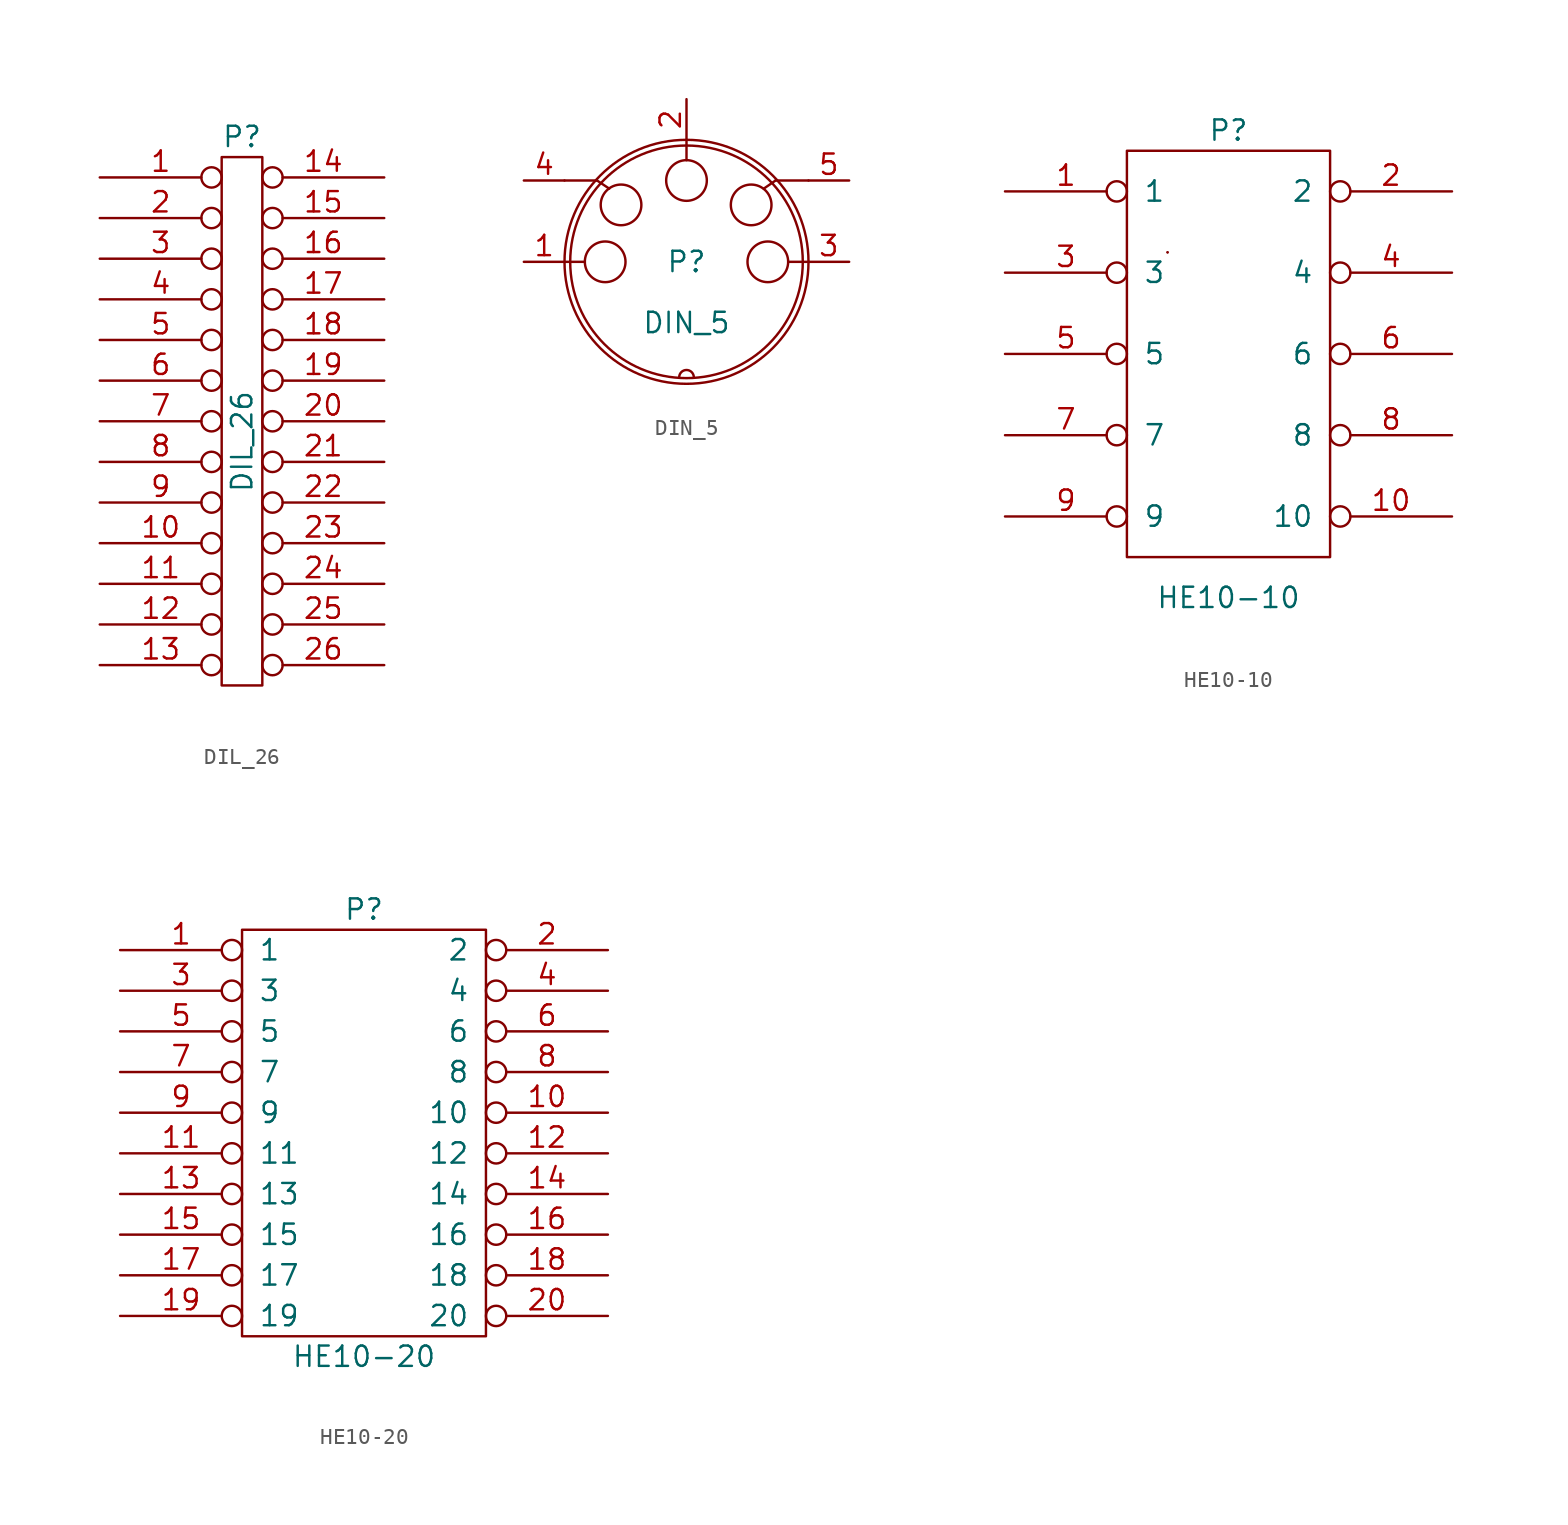
<source format=kicad_sym>
(kicad_symbol_lib
  (version 20231120)
  (generator "kicad_symbol_editor")
  (generator_version "8.0")
  (symbol "DIL_26"
    (pin_names hide)
    (property "Reference" "P"
      (at 0 17.78 0)
      (effects (font (size 1.27 1.27))))
    (property "Value" "DIL_26"
      (at 0 -1.27 90)
      (effects (font (size 1.27 1.27))))
    (property "Footprint" ""
      (at 0 0 0)
      (effects (font (size 1.27 1.27))))
    (property "Datasheet" ""
      (at 0 0 0)
      (effects (font (size 1.27 1.27))))
    (symbol "DIL_26_0_1"
      (rectangle (start -1.27 16.51) (end 1.27 -16.51) (stroke (width 0) (type solid)) (fill (type none))))
    (symbol "DIL_26_1_1"
      (pin passive inverted (at -8.89 15.24 0) (length 7.62) (name "1" (effects (font (size 0.762 0.762)))) (number "1" (effects (font (size 1.27 1.27)))))
      (pin passive inverted (at -8.89 -7.62 0) (length 7.62) (name "10" (effects (font (size 0.762 0.762)))) (number "10" (effects (font (size 1.27 1.27)))))
      (pin passive inverted (at -8.89 -10.16 0) (length 7.62) (name "11" (effects (font (size 0.762 0.762)))) (number "11" (effects (font (size 1.27 1.27)))))
      (pin passive inverted (at -8.89 -12.7 0) (length 7.62) (name "12" (effects (font (size 0.762 0.762)))) (number "12" (effects (font (size 1.27 1.27)))))
      (pin passive inverted (at -8.89 -15.24 0) (length 7.62) (name "13" (effects (font (size 0.762 0.762)))) (number "13" (effects (font (size 1.27 1.27)))))
      (pin passive inverted (at 8.89 15.24 180) (length 7.62) (name "14" (effects (font (size 0.762 0.762)))) (number "14" (effects (font (size 1.27 1.27)))))
      (pin passive inverted (at 8.89 12.7 180) (length 7.62) (name "15" (effects (font (size 0.762 0.762)))) (number "15" (effects (font (size 1.27 1.27)))))
      (pin passive inverted (at 8.89 10.16 180) (length 7.62) (name "16" (effects (font (size 0.762 0.762)))) (number "16" (effects (font (size 1.27 1.27)))))
      (pin passive inverted (at 8.89 7.62 180) (length 7.62) (name "17" (effects (font (size 0.762 0.762)))) (number "17" (effects (font (size 1.27 1.27)))))
      (pin passive inverted (at 8.89 5.08 180) (length 7.62) (name "18" (effects (font (size 0.762 0.762)))) (number "18" (effects (font (size 1.27 1.27)))))
      (pin passive inverted (at 8.89 2.54 180) (length 7.62) (name "19" (effects (font (size 0.762 0.762)))) (number "19" (effects (font (size 1.27 1.27)))))
      (pin passive inverted (at -8.89 12.7 0) (length 7.62) (name "2" (effects (font (size 0.762 0.762)))) (number "2" (effects (font (size 1.27 1.27)))))
      (pin passive inverted (at 8.89 0 180) (length 7.62) (name "20" (effects (font (size 0.762 0.762)))) (number "20" (effects (font (size 1.27 1.27)))))
      (pin passive inverted (at 8.89 -2.54 180) (length 7.62) (name "21" (effects (font (size 0.762 0.762)))) (number "21" (effects (font (size 1.27 1.27)))))
      (pin passive inverted (at 8.89 -5.08 180) (length 7.62) (name "22" (effects (font (size 0.762 0.762)))) (number "22" (effects (font (size 1.27 1.27)))))
      (pin passive inverted (at 8.89 -7.62 180) (length 7.62) (name "23" (effects (font (size 0.762 0.762)))) (number "23" (effects (font (size 1.27 1.27)))))
      (pin passive inverted (at 8.89 -10.16 180) (length 7.62) (name "24" (effects (font (size 0.762 0.762)))) (number "24" (effects (font (size 1.27 1.27)))))
      (pin passive inverted (at 8.89 -12.7 180) (length 7.62) (name "25" (effects (font (size 0.762 0.762)))) (number "25" (effects (font (size 1.27 1.27)))))
      (pin passive inverted (at 8.89 -15.24 180) (length 7.62) (name "26" (effects (font (size 0.762 0.762)))) (number "26" (effects (font (size 1.27 1.27)))))
      (pin passive inverted (at -8.89 10.16 0) (length 7.62) (name "3" (effects (font (size 0.762 0.762)))) (number "3" (effects (font (size 1.27 1.27)))))
      (pin passive inverted (at -8.89 7.62 0) (length 7.62) (name "4" (effects (font (size 0.762 0.762)))) (number "4" (effects (font (size 1.27 1.27)))))
      (pin passive inverted (at -8.89 5.08 0) (length 7.62) (name "5" (effects (font (size 0.762 0.762)))) (number "5" (effects (font (size 1.27 1.27)))))
      (pin passive inverted (at -8.89 2.54 0) (length 7.62) (name "6" (effects (font (size 0.762 0.762)))) (number "6" (effects (font (size 1.27 1.27)))))
      (pin passive inverted (at -8.89 0 0) (length 7.62) (name "7" (effects (font (size 0.762 0.762)))) (number "7" (effects (font (size 1.27 1.27)))))
      (pin passive inverted (at -8.89 -2.54 0) (length 7.62) (name "8" (effects (font (size 0.762 0.762)))) (number "8" (effects (font (size 1.27 1.27)))))
      (pin passive inverted (at -8.89 -5.08 0) (length 7.62) (name "9" (effects (font (size 0.762 0.762)))) (number "9" (effects (font (size 1.27 1.27)))))))
  (symbol "DIN_5"
    (pin_names
      (offset 1.016) hide)
    (property "Reference" "P"
      (at 0 0 0)
      (effects (font (size 1.27 1.27))))
    (property "Value" "DIN_5"
      (at 0 -3.81 0)
      (effects (font (size 1.27 1.27))))
    (property "Footprint" ""
      (at 0 0 0)
      (effects (font (size 1.27 1.27))))
    (property "Datasheet" ""
      (at 0 0 0)
      (effects (font (size 1.27 1.27))))
    (symbol "DIN_5_0_1"
      (circle (center -5.08 0) (radius 1.27) (stroke (width 0) (type solid)) (fill (type none)))
      (circle (center -4.089 3.556) (radius 1.27) (stroke (width 0) (type solid)) (fill (type none)))
      (polyline (pts (xy -7.62 5.08) (xy -5.588 5.08)) (stroke (width 0) (type solid)) (fill (type none)))
      (polyline (pts (xy -6.35 0) (xy -7.62 0)) (stroke (width 0) (type solid)) (fill (type none)))
      (polyline (pts (xy -5.588 5.08) (xy -4.826 4.572)) (stroke (width 0) (type solid)) (fill (type none)))
      (polyline (pts (xy 0 6.35) (xy 0 7.62)) (stroke (width 0) (type solid)) (fill (type none)))
      (polyline (pts (xy 5.563 5.08) (xy 4.826 4.572)) (stroke (width 0) (type solid)) (fill (type none)))
      (polyline (pts (xy 6.35 0) (xy 7.62 0)) (stroke (width 0) (type solid)) (fill (type none)))
      (polyline (pts (xy 7.62 5.08) (xy 5.563 5.08)) (stroke (width 0) (type solid)) (fill (type none)))
      (circle (center 0 0) (radius 7.264) (stroke (width 0) (type solid)) (fill (type none)))
      (circle (center 0 0) (radius 7.62) (stroke (width 0) (type solid)) (fill (type none)))
      (circle (center 0 5.08) (radius 1.27) (stroke (width 0) (type solid)) (fill (type none)))
      (arc (start 0.4572 -7.2136) (mid 0 -6.7564) (end -0.4572 -7.2136) (stroke (width 0) (type solid)) (fill (type none)))
      (circle (center 4.039 3.556) (radius 1.27) (stroke (width 0) (type solid)) (fill (type none)))
      (circle (center 5.08 0) (radius 1.27) (stroke (width 0) (type solid)) (fill (type none))))
    (symbol "DIN_5_1_1"
      (pin passive line (at -10.16 0 0) (length 2.54) (name "1" (effects (font (size 1.27 1.27)))) (number "1" (effects (font (size 1.27 1.27)))))
      (pin passive line (at 0 10.16 270) (length 2.54) (name "2" (effects (font (size 1.27 1.27)))) (number "2" (effects (font (size 1.27 1.27)))))
      (pin passive line (at 10.16 0 180) (length 2.54) (name "3" (effects (font (size 1.27 1.27)))) (number "3" (effects (font (size 1.27 1.27)))))
      (pin passive line (at -10.16 5.08 0) (length 2.54) (name "4" (effects (font (size 1.27 1.27)))) (number "4" (effects (font (size 1.27 1.27)))))
      (pin passive line (at 10.16 5.08 180) (length 2.54) (name "5" (effects (font (size 1.27 1.27)))) (number "5" (effects (font (size 1.27 1.27)))))))
  (symbol "HE10-10"
    (pin_names
      (offset 1.016))
    (property "Reference" "P"
      (at 0 13.97 0)
      (effects (font (size 1.27 1.27))))
    (property "Value" "HE10-10"
      (at 0 -15.24 0)
      (effects (font (size 1.27 1.27))))
    (property "Footprint" ""
      (at 0 0 0)
      (effects (font (size 1.27 1.27))))
    (property "Datasheet" ""
      (at 0 0 0)
      (effects (font (size 1.27 1.27))))
    (symbol "HE10-10_0_1"
      (rectangle (start -6.35 12.7) (end 6.35 -12.7) (stroke (width 0) (type solid)) (fill (type none)))
      (rectangle (start -3.81 6.35) (end -3.81 6.35) (stroke (width 0) (type solid)) (fill (type none)))
      (rectangle (start -3.81 6.35) (end -3.81 6.35) (stroke (width 0) (type solid)) (fill (type none))))
    (symbol "HE10-10_1_1"
      (pin passive inverted (at -13.97 10.16 0) (length 7.62) (name "1" (effects (font (size 1.27 1.27)))) (number "1" (effects (font (size 1.27 1.27)))))
      (pin passive inverted (at 13.97 -10.16 180) (length 7.62) (name "10" (effects (font (size 1.27 1.27)))) (number "10" (effects (font (size 1.27 1.27)))))
      (pin passive inverted (at 13.97 10.16 180) (length 7.62) (name "2" (effects (font (size 1.27 1.27)))) (number "2" (effects (font (size 1.27 1.27)))))
      (pin passive inverted (at -13.97 5.08 0) (length 7.62) (name "3" (effects (font (size 1.27 1.27)))) (number "3" (effects (font (size 1.27 1.27)))))
      (pin passive inverted (at 13.97 5.08 180) (length 7.62) (name "4" (effects (font (size 1.27 1.27)))) (number "4" (effects (font (size 1.27 1.27)))))
      (pin passive inverted (at -13.97 0 0) (length 7.62) (name "5" (effects (font (size 1.27 1.27)))) (number "5" (effects (font (size 1.27 1.27)))))
      (pin passive inverted (at 13.97 0 180) (length 7.62) (name "6" (effects (font (size 1.27 1.27)))) (number "6" (effects (font (size 1.27 1.27)))))
      (pin passive inverted (at -13.97 -5.08 0) (length 7.62) (name "7" (effects (font (size 1.27 1.27)))) (number "7" (effects (font (size 1.27 1.27)))))
      (pin passive inverted (at 13.97 -5.08 180) (length 7.62) (name "8" (effects (font (size 1.27 1.27)))) (number "8" (effects (font (size 1.27 1.27)))))
      (pin passive inverted (at -13.97 -10.16 0) (length 7.62) (name "9" (effects (font (size 1.27 1.27)))) (number "9" (effects (font (size 1.27 1.27)))))))
  (symbol "HE10-20"
    (pin_names
      (offset 1.016))
    (property "Reference" "P"
      (at 0 13.97 0)
      (effects (font (size 1.27 1.27))))
    (property "Value" "HE10-20"
      (at 0 -13.97 0)
      (effects (font (size 1.27 1.27))))
    (property "Footprint" ""
      (at 0 0 0)
      (effects (font (size 1.27 1.27))))
    (property "Datasheet" ""
      (at 0 0 0)
      (effects (font (size 1.27 1.27))))
    (symbol "HE10-20_0_1"
      (rectangle (start -7.62 12.7) (end 7.62 -12.7) (stroke (width 0) (type solid)) (fill (type none))))
    (symbol "HE10-20_1_1"
      (pin passive inverted (at -15.24 11.43 0) (length 7.62) (name "1" (effects (font (size 1.27 1.27)))) (number "1" (effects (font (size 1.27 1.27)))))
      (pin passive inverted (at 15.24 1.27 180) (length 7.62) (name "10" (effects (font (size 1.27 1.27)))) (number "10" (effects (font (size 1.27 1.27)))))
      (pin passive inverted (at -15.24 -1.27 0) (length 7.62) (name "11" (effects (font (size 1.27 1.27)))) (number "11" (effects (font (size 1.27 1.27)))))
      (pin passive inverted (at 15.24 -1.27 180) (length 7.62) (name "12" (effects (font (size 1.27 1.27)))) (number "12" (effects (font (size 1.27 1.27)))))
      (pin passive inverted (at -15.24 -3.81 0) (length 7.62) (name "13" (effects (font (size 1.27 1.27)))) (number "13" (effects (font (size 1.27 1.27)))))
      (pin passive inverted (at 15.24 -3.81 180) (length 7.62) (name "14" (effects (font (size 1.27 1.27)))) (number "14" (effects (font (size 1.27 1.27)))))
      (pin passive inverted (at -15.24 -6.35 0) (length 7.62) (name "15" (effects (font (size 1.27 1.27)))) (number "15" (effects (font (size 1.27 1.27)))))
      (pin passive inverted (at 15.24 -6.35 180) (length 7.62) (name "16" (effects (font (size 1.27 1.27)))) (number "16" (effects (font (size 1.27 1.27)))))
      (pin passive inverted (at -15.24 -8.89 0) (length 7.62) (name "17" (effects (font (size 1.27 1.27)))) (number "17" (effects (font (size 1.27 1.27)))))
      (pin passive inverted (at 15.24 -8.89 180) (length 7.62) (name "18" (effects (font (size 1.27 1.27)))) (number "18" (effects (font (size 1.27 1.27)))))
      (pin passive inverted (at -15.24 -11.43 0) (length 7.62) (name "19" (effects (font (size 1.27 1.27)))) (number "19" (effects (font (size 1.27 1.27)))))
      (pin passive inverted (at 15.24 11.43 180) (length 7.62) (name "2" (effects (font (size 1.27 1.27)))) (number "2" (effects (font (size 1.27 1.27)))))
      (pin passive inverted (at 15.24 -11.43 180) (length 7.62) (name "20" (effects (font (size 1.27 1.27)))) (number "20" (effects (font (size 1.27 1.27)))))
      (pin passive inverted (at -15.24 8.89 0) (length 7.62) (name "3" (effects (font (size 1.27 1.27)))) (number "3" (effects (font (size 1.27 1.27)))))
      (pin passive inverted (at 15.24 8.89 180) (length 7.62) (name "4" (effects (font (size 1.27 1.27)))) (number "4" (effects (font (size 1.27 1.27)))))
      (pin passive inverted (at -15.24 6.35 0) (length 7.62) (name "5" (effects (font (size 1.27 1.27)))) (number "5" (effects (font (size 1.27 1.27)))))
      (pin passive inverted (at 15.24 6.35 180) (length 7.62) (name "6" (effects (font (size 1.27 1.27)))) (number "6" (effects (font (size 1.27 1.27)))))
      (pin passive inverted (at -15.24 3.81 0) (length 7.62) (name "7" (effects (font (size 1.27 1.27)))) (number "7" (effects (font (size 1.27 1.27)))))
      (pin passive inverted (at 15.24 3.81 180) (length 7.62) (name "8" (effects (font (size 1.27 1.27)))) (number "8" (effects (font (size 1.27 1.27)))))
      (pin passive inverted (at -15.24 1.27 0) (length 7.62) (name "9" (effects (font (size 1.27 1.27)))) (number "9" (effects (font (size 1.27 1.27))))))))
</source>
